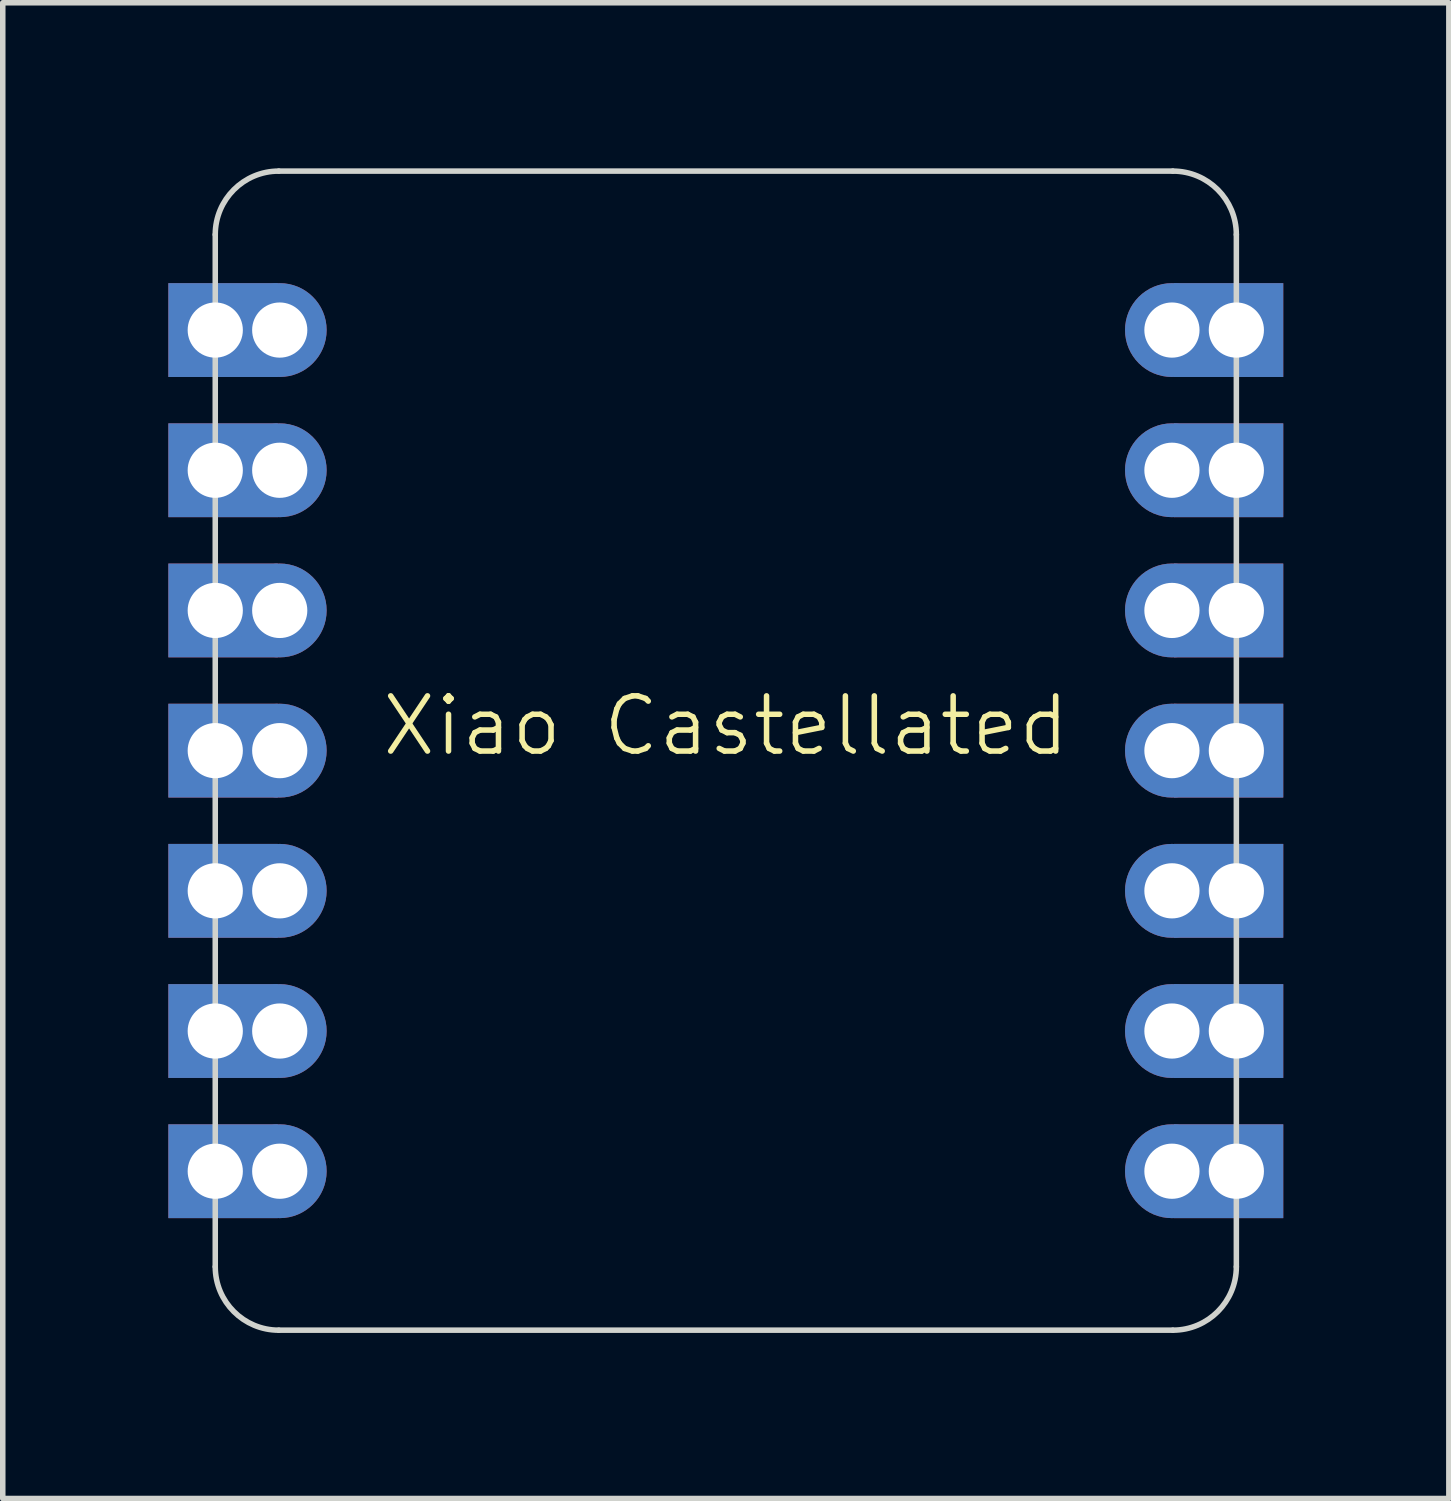
<source format=kicad_pcb>
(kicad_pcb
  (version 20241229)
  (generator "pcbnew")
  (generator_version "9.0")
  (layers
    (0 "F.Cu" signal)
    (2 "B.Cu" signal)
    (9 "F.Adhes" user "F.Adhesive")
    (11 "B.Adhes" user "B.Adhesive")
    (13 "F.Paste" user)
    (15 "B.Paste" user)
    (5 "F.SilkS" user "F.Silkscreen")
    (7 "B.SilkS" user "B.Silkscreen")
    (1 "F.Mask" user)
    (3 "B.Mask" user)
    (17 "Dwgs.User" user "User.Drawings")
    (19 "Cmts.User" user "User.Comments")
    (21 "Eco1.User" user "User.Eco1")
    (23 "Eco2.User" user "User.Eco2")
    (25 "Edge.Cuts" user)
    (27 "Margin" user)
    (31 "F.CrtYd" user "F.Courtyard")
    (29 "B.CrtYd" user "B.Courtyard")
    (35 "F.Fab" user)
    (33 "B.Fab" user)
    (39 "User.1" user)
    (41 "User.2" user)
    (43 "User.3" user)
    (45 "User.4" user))
  (footprint "Xiao Castellated"
    (layer "F.Cu")
    (at 10.1 10.6)
    (property "Reference" "Xiao Castellated" (at 0 -0.5 0) (unlocked yes) (layer "F.SilkS") (effects (font (size 1 1) (thickness 0.1))))
    (attr through_hole)
    (fp_line (start -9.25 -9.4) (end -9.25 9.3) (stroke (width 0.1) (type default)) (layer "Edge.Cuts"))
    (fp_line (start -8.1 -10.55) (end 8.1 -10.55) (stroke (width 0.1) (type default)) (layer "Edge.Cuts"))
    (fp_line (start 8.1 10.45) (end -8.1 10.45) (stroke (width 0.1) (type default)) (layer "Edge.Cuts"))
    (fp_line (start 9.25 -9.4) (end 9.25 9.3) (stroke (width 0.1) (type default)) (layer "Edge.Cuts"))
    (fp_arc (start -9.249999 -9.4) (mid -8.913172 -10.213172) (end -8.099999 -10.55) (stroke (width 0.1) (type default)) (layer "Edge.Cuts"))
    (fp_arc (start -8.099999 10.45) (mid -8.913171 10.113173) (end -9.249999 9.3) (stroke (width 0.1) (type default)) (layer "Edge.Cuts"))
    (fp_arc (start 8.1 -10.549999) (mid 8.913172 -10.213172) (end 9.25 -9.399999) (stroke (width 0.1) (type default)) (layer "Edge.Cuts"))
    (fp_arc (start 9.25 9.299999) (mid 8.913173 10.113171) (end 8.1 10.449999) (stroke (width 0.1) (type default)) (layer "Edge.Cuts"))
    (pad "1" thru_hole rect (at -9.25 -7.67) (size 1.982 1.7) (drill 1 (offset 0.141 0)) (property pad_prop_castellated) (layers "*.Cu" "*.Mask"))
    (pad "1" thru_hole circle (at -8.082 -7.67) (size 1.7 1.7) (drill 1) (layers "*.Cu" "*.Mask"))
    (pad "2" thru_hole rect (at -9.25 -5.13) (size 1.982 1.7) (drill 1 (offset 0.141 0)) (property pad_prop_castellated) (layers "*.Cu" "*.Mask"))
    (pad "2" thru_hole oval (at -8.082 -5.13) (size 1.7 1.7) (drill 1) (layers "*.Cu" "*.Mask"))
    (pad "3" thru_hole rect (at -9.25 -2.59) (size 1.982 1.7) (drill 1 (offset 0.141 0)) (property pad_prop_castellated) (layers "*.Cu" "*.Mask"))
    (pad "3" thru_hole oval (at -8.082 -2.59) (size 1.7 1.7) (drill 1) (layers "*.Cu" "*.Mask"))
    (pad "4" thru_hole rect (at -9.25 -0.05) (size 1.982 1.7) (drill 1 (offset 0.141 0)) (property pad_prop_castellated) (layers "*.Cu" "*.Mask"))
    (pad "4" thru_hole oval (at -8.082 -0.05) (size 1.7 1.7) (drill 1) (layers "*.Cu" "*.Mask"))
    (pad "5" thru_hole rect (at -9.25 2.49) (size 1.982 1.7) (drill 1 (offset 0.141 0)) (property pad_prop_castellated) (layers "*.Cu" "*.Mask"))
    (pad "5" thru_hole oval (at -8.082 2.49) (size 1.7 1.7) (drill 1) (layers "*.Cu" "*.Mask"))
    (pad "6" thru_hole rect (at -9.25 5.03) (size 1.982 1.7) (drill 1 (offset 0.141 0)) (property pad_prop_castellated) (layers "*.Cu" "*.Mask"))
    (pad "6" thru_hole oval (at -8.082 5.03) (size 1.7 1.7) (drill 1) (layers "*.Cu" "*.Mask"))
    (pad "7" thru_hole rect (at -9.25 7.57) (size 1.982 1.7) (drill 1 (offset 0.141 0)) (property pad_prop_castellated) (layers "*.Cu" "*.Mask"))
    (pad "7" thru_hole oval (at -8.082 7.57) (size 1.7 1.7) (drill 1) (layers "*.Cu" "*.Mask"))
    (pad "8" thru_hole oval (at 8.083 7.57) (size 1.7 1.7) (drill 1) (layers "*.Cu" "*.Mask"))
    (pad "8" thru_hole rect (at 9.25 7.57 180) (size 1.982 1.7) (drill 1 (offset 0.141 0)) (property pad_prop_castellated) (layers "*.Cu" "*.Mask"))
    (pad "9" thru_hole oval (at 8.083 5.03) (size 1.7 1.7) (drill 1) (layers "*.Cu" "*.Mask"))
    (pad "9" thru_hole rect (at 9.25 5.03 180) (size 1.982 1.7) (drill 1 (offset 0.141 0)) (property pad_prop_castellated) (layers "*.Cu" "*.Mask"))
    (pad "10" thru_hole oval (at 8.083 2.49) (size 1.7 1.7) (drill 1) (layers "*.Cu" "*.Mask"))
    (pad "10" thru_hole rect (at 9.25 2.49 180) (size 1.982 1.7) (drill 1 (offset 0.141 0)) (property pad_prop_castellated) (layers "*.Cu" "*.Mask"))
    (pad "11" thru_hole oval (at 8.083 -0.05) (size 1.7 1.7) (drill 1) (layers "*.Cu" "*.Mask"))
    (pad "11" thru_hole rect (at 9.25 -0.05 180) (size 1.982 1.7) (drill 1 (offset 0.141 0)) (property pad_prop_castellated) (layers "*.Cu" "*.Mask"))
    (pad "12" thru_hole oval (at 8.083 -2.59) (size 1.7 1.7) (drill 1) (layers "*.Cu" "*.Mask"))
    (pad "12" thru_hole rect (at 9.25 -2.59 180) (size 1.982 1.7) (drill 1 (offset 0.141 0)) (property pad_prop_castellated) (layers "*.Cu" "*.Mask"))
    (pad "13" thru_hole oval (at 8.083 -5.13) (size 1.7 1.7) (drill 1) (layers "*.Cu" "*.Mask"))
    (pad "13" thru_hole rect (at 9.25 -5.13 180) (size 1.982 1.7) (drill 1 (offset 0.141 0)) (property pad_prop_castellated) (layers "*.Cu" "*.Mask"))
    (pad "14" thru_hole circle (at 8.083 -7.67) (size 1.7 1.7) (drill 1) (layers "*.Cu" "*.Mask"))
    (pad "14" thru_hole rect (at 9.25 -7.67 180) (size 1.982 1.7) (drill 1 (offset 0.141 0)) (property pad_prop_castellated) (layers "*.Cu" "*.Mask")))
  (gr_rect
    (start -3 -3)
    (end 23.2 24.1)
    (stroke (width 0.1) (type default))
    (fill no)
    (layer "Edge.Cuts")))
</source>
